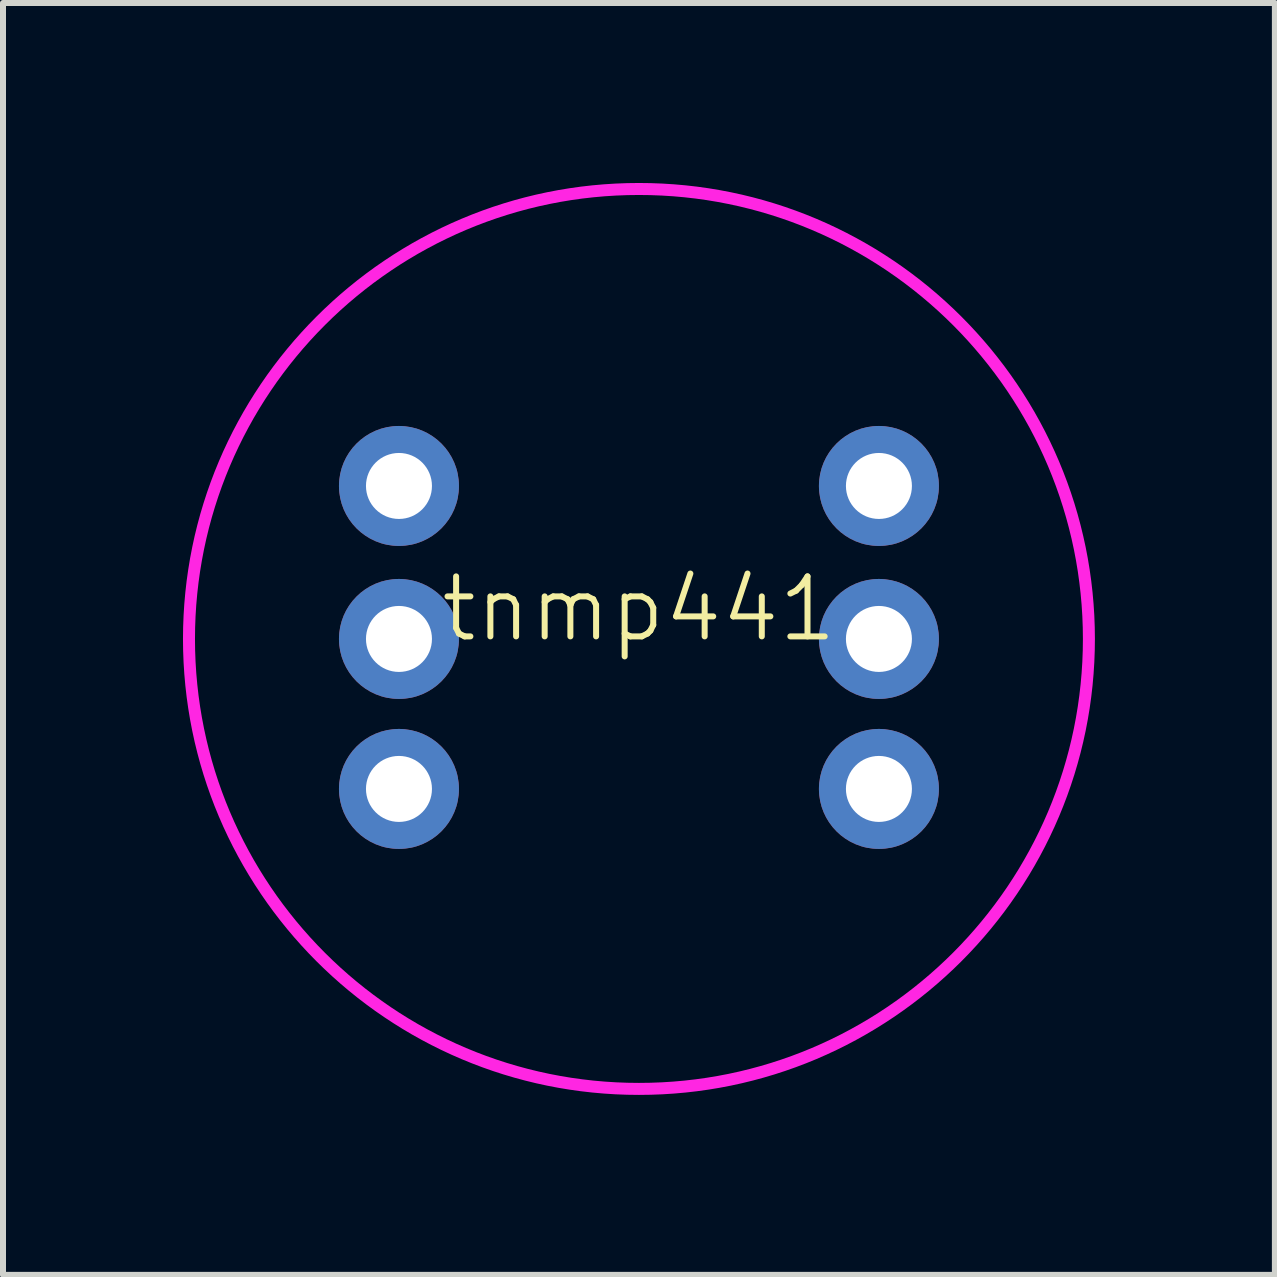
<source format=kicad_pcb>
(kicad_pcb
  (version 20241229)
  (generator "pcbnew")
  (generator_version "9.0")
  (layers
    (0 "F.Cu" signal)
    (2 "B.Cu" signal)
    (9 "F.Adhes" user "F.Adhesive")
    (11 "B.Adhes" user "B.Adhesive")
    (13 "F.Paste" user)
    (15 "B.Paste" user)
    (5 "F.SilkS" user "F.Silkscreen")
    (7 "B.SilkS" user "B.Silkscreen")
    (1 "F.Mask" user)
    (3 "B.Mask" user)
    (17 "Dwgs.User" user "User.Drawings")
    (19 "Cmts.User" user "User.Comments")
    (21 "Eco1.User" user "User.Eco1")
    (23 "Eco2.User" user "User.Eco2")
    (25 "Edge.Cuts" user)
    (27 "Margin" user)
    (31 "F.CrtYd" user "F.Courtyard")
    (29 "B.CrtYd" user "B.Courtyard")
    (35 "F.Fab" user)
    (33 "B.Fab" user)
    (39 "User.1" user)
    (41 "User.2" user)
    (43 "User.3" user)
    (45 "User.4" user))
  (footprint "tnmp441"
    (layer "F.Cu")
    (at 7.6 7.6)
    (property "Reference" "tnmp441" (at 0 -0.5 0) (unlocked yes) (layer "F.SilkS") (effects (font (size 1 1) (thickness 0.1))))
    (attr smd)
    (fp_circle (center 0 0) (end 7.5 0) (stroke (width 0.2) (type solid)) (fill no) (layer "F.CrtYd"))
    (pad "1" thru_hole circle (at -4 -2.55) (size 2 2) (drill 1.1) (layers "*.Cu" "*.Mask"))
    (pad "2" thru_hole circle (at -4 0) (size 2 2) (drill 1.1) (layers "*.Cu" "*.Mask"))
    (pad "3" thru_hole circle (at -4 2.5) (size 2 2) (drill 1.1) (layers "*.Cu" "*.Mask"))
    (pad "4" thru_hole circle (at 4 -2.55) (size 2 2) (drill 1.1) (layers "*.Cu" "*.Mask"))
    (pad "5" thru_hole circle (at 4 0) (size 2 2) (drill 1.1) (layers "*.Cu" "*.Mask"))
    (pad "6" thru_hole circle (at 4 2.5) (size 2 2) (drill 1.1) (layers "*.Cu" "*.Mask")))
  (gr_rect
    (start -3 -3)
    (end 18.2 18.2)
    (stroke (width 0.1) (type default))
    (fill no)
    (layer "Edge.Cuts")))
</source>
